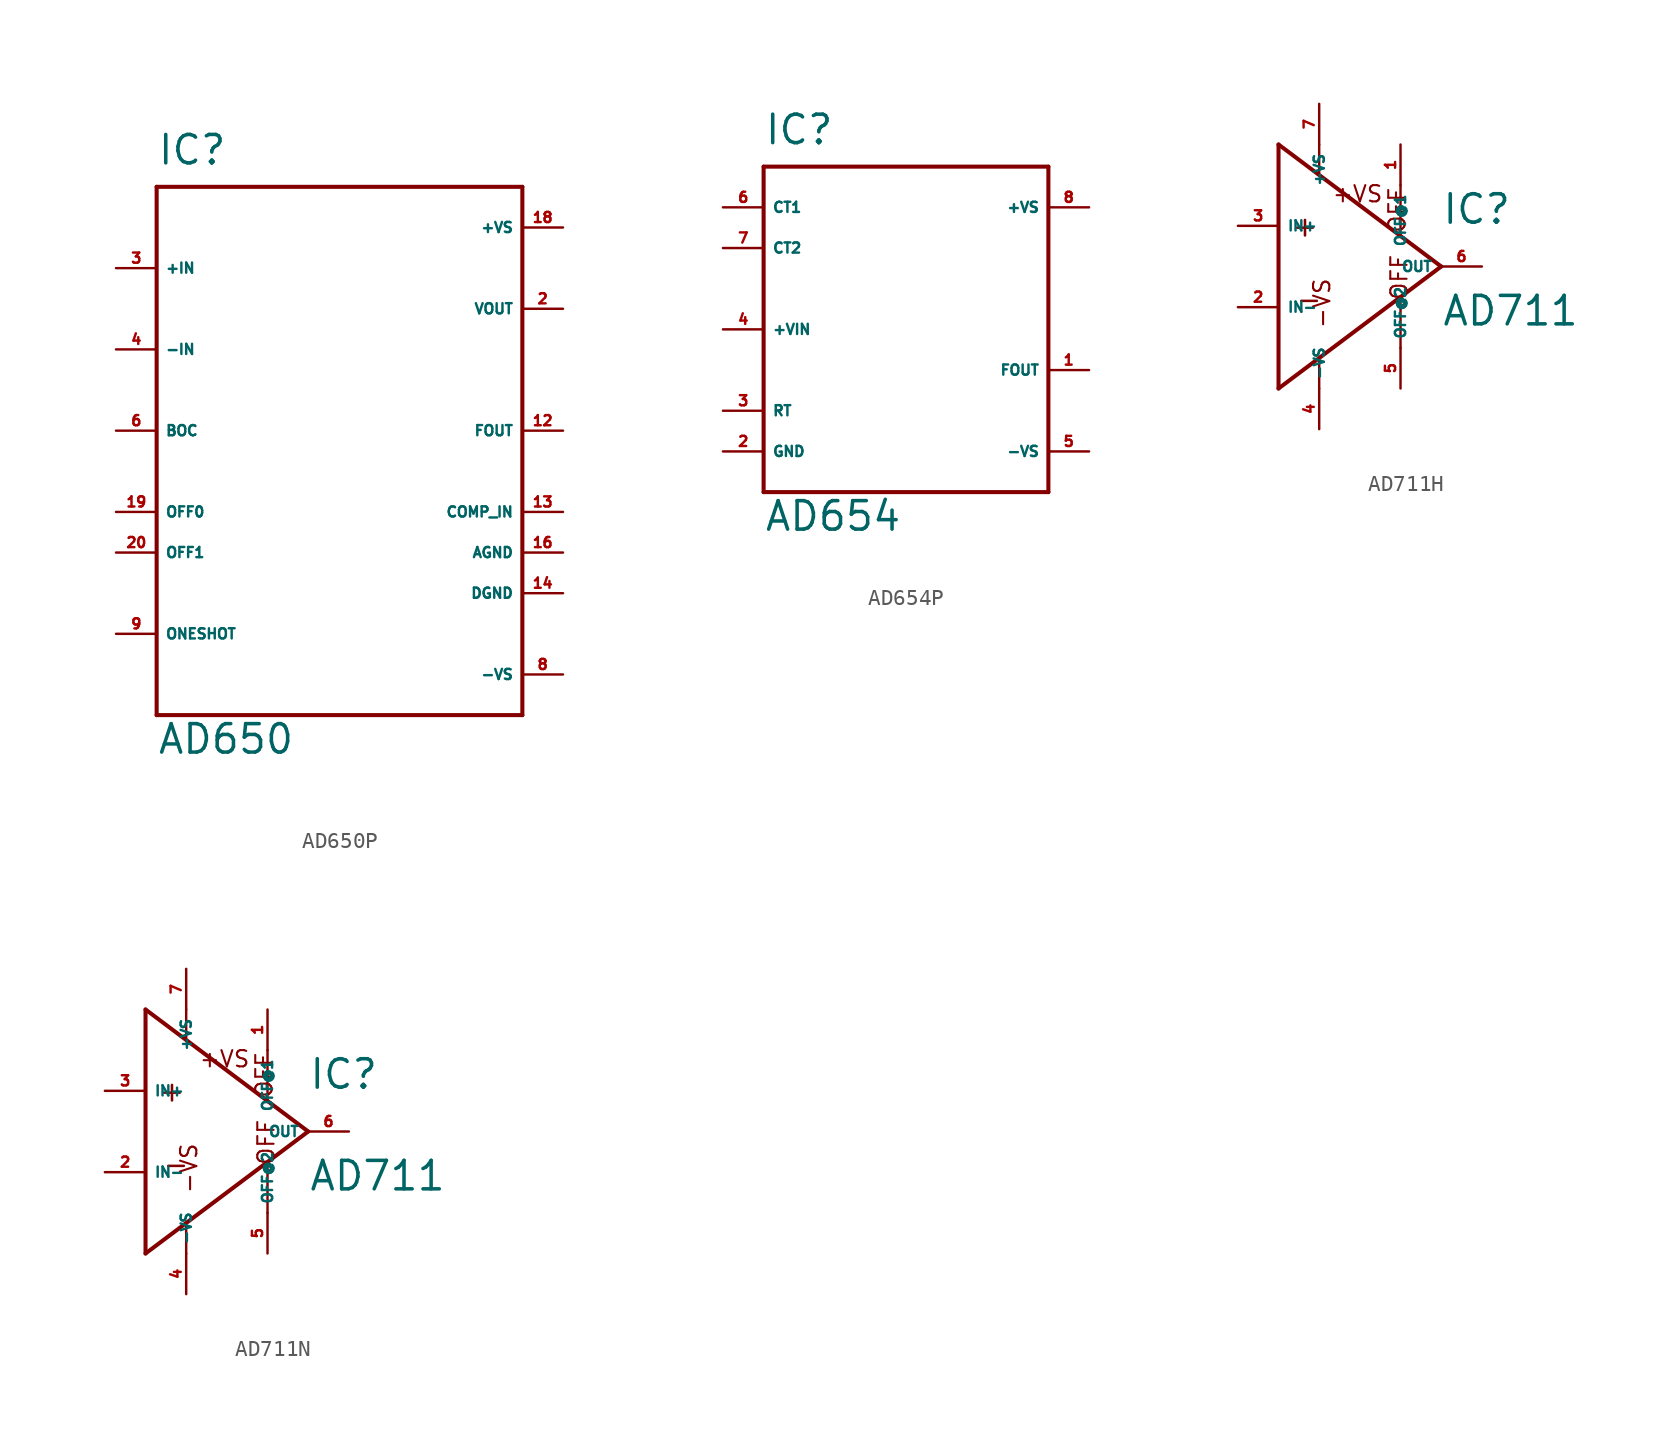
<source format=kicad_sym>
(kicad_symbol_lib
  (version 20220914)
  (generator Eagle2Kicad)
  (symbol "AD650P"
    (property "Reference" "IC"
      (at -10.16 16.51 0)
      (effects (font (size 1.778 1.778) (thickness 0.22)) (justify left bottom)))
    (property "Value" "AD650"
      (at -10.16 -20.32 0)
      (effects (font (size 1.778 1.778) (thickness 0.22)) (justify left bottom)))
    (polyline
      (pts (xy -10.16 15.24) (xy 12.7 15.24))
      (stroke (width 0.254) (type default))
      (fill (type none)))
    (polyline
      (pts (xy 12.7 15.24) (xy 12.7 -17.78))
      (stroke (width 0.254) (type default))
      (fill (type none)))
    (polyline
      (pts (xy 12.7 -17.78) (xy -10.16 -17.78))
      (stroke (width 0.254) (type default))
      (fill (type none)))
    (polyline
      (pts (xy -10.16 -17.78) (xy -10.16 15.24))
      (stroke (width 0.254) (type default))
      (fill (type none)))
    (pin output line
      (at 15.24 7.62 180)
      (length 2.54)
      (name "VOUT" (effects (font (size 0.635 0.635) (thickness 0.08)) (justify left bottom)))
      (number "2" (effects (font (size 0.635 0.635) (thickness 0.08)) (justify left bottom))))
    (pin input line
      (at -12.7 10.16 0)
      (length 2.54)
      (name "+IN" (effects (font (size 0.635 0.635) (thickness 0.08)) (justify left bottom)))
      (number "3" (effects (font (size 0.635 0.635) (thickness 0.08)) (justify left bottom))))
    (pin input line
      (at -12.7 5.08 0)
      (length 2.54)
      (name "-IN" (effects (font (size 0.635 0.635) (thickness 0.08)) (justify left bottom)))
      (number "4" (effects (font (size 0.635 0.635) (thickness 0.08)) (justify left bottom))))
    (pin passive line
      (at -12.7 0 0)
      (length 2.54)
      (name "BOC" (effects (font (size 0.635 0.635) (thickness 0.08)) (justify left bottom)))
      (number "6" (effects (font (size 0.635 0.635) (thickness 0.08)) (justify left bottom))))
    (pin input line
      (at 15.24 -15.24 180)
      (length 2.54)
      (name "-VS" (effects (font (size 0.635 0.635) (thickness 0.08)) (justify left bottom)))
      (number "8" (effects (font (size 0.635 0.635) (thickness 0.08)) (justify left bottom))))
    (pin passive line
      (at -12.7 -12.7 0)
      (length 2.54)
      (name "ONESHOT" (effects (font (size 0.635 0.635) (thickness 0.08)) (justify left bottom)))
      (number "9" (effects (font (size 0.635 0.635) (thickness 0.08)) (justify left bottom))))
    (pin output line
      (at 15.24 0 180)
      (length 2.54)
      (name "FOUT" (effects (font (size 0.635 0.635) (thickness 0.08)) (justify left bottom)))
      (number "12" (effects (font (size 0.635 0.635) (thickness 0.08)) (justify left bottom))))
    (pin input line
      (at 15.24 -5.08 180)
      (length 2.54)
      (name "COMP_IN" (effects (font (size 0.635 0.635) (thickness 0.08)) (justify left bottom)))
      (number "13" (effects (font (size 0.635 0.635) (thickness 0.08)) (justify left bottom))))
    (pin input line
      (at 15.24 -10.16 180)
      (length 2.54)
      (name "DGND" (effects (font (size 0.635 0.635) (thickness 0.08)) (justify left bottom)))
      (number "14" (effects (font (size 0.635 0.635) (thickness 0.08)) (justify left bottom))))
    (pin input line
      (at 15.24 -7.62 180)
      (length 2.54)
      (name "AGND" (effects (font (size 0.635 0.635) (thickness 0.08)) (justify left bottom)))
      (number "16" (effects (font (size 0.635 0.635) (thickness 0.08)) (justify left bottom))))
    (pin input line
      (at 15.24 12.7 180)
      (length 2.54)
      (name "+VS" (effects (font (size 0.635 0.635) (thickness 0.08)) (justify left bottom)))
      (number "18" (effects (font (size 0.635 0.635) (thickness 0.08)) (justify left bottom))))
    (pin input line
      (at -12.7 -5.08 0)
      (length 2.54)
      (name "OFF0" (effects (font (size 0.635 0.635) (thickness 0.08)) (justify left bottom)))
      (number "19" (effects (font (size 0.635 0.635) (thickness 0.08)) (justify left bottom))))
    (pin input line
      (at -12.7 -7.62 0)
      (length 2.54)
      (name "OFF1" (effects (font (size 0.635 0.635) (thickness 0.08)) (justify left bottom)))
      (number "20" (effects (font (size 0.635 0.635) (thickness 0.08)) (justify left bottom)))))
  (symbol "AD654P"
    (property "Reference" "IC"
      (at -7.62 11.43 0)
      (effects (font (size 1.778 1.778) (thickness 0.22)) (justify left bottom)))
    (property "Value" "AD654"
      (at -7.62 -12.7 0)
      (effects (font (size 1.778 1.778) (thickness 0.22)) (justify left bottom)))
    (polyline
      (pts (xy -7.62 10.16) (xy 10.16 10.16))
      (stroke (width 0.254) (type default))
      (fill (type none)))
    (polyline
      (pts (xy 10.16 10.16) (xy 10.16 -10.16))
      (stroke (width 0.254) (type default))
      (fill (type none)))
    (polyline
      (pts (xy 10.16 -10.16) (xy -7.62 -10.16))
      (stroke (width 0.254) (type default))
      (fill (type none)))
    (polyline
      (pts (xy -7.62 -10.16) (xy -7.62 10.16))
      (stroke (width 0.254) (type default))
      (fill (type none)))
    (pin unspecified line
      (at 12.7 7.62 180)
      (length 2.54)
      (name "+VS" (effects (font (size 0.635 0.635) (thickness 0.08)) (justify left bottom)))
      (number "8" (effects (font (size 0.635 0.635) (thickness 0.08)) (justify left bottom))))
    (pin unspecified line
      (at 12.7 -7.62 180)
      (length 2.54)
      (name "-VS" (effects (font (size 0.635 0.635) (thickness 0.08)) (justify left bottom)))
      (number "5" (effects (font (size 0.635 0.635) (thickness 0.08)) (justify left bottom))))
    (pin passive line
      (at -10.16 7.62 0)
      (length 2.54)
      (name "CT1" (effects (font (size 0.635 0.635) (thickness 0.08)) (justify left bottom)))
      (number "6" (effects (font (size 0.635 0.635) (thickness 0.08)) (justify left bottom))))
    (pin passive line
      (at -10.16 5.08 0)
      (length 2.54)
      (name "CT2" (effects (font (size 0.635 0.635) (thickness 0.08)) (justify left bottom)))
      (number "7" (effects (font (size 0.635 0.635) (thickness 0.08)) (justify left bottom))))
    (pin passive line
      (at -10.16 -5.08 0)
      (length 2.54)
      (name "RT" (effects (font (size 0.635 0.635) (thickness 0.08)) (justify left bottom)))
      (number "3" (effects (font (size 0.635 0.635) (thickness 0.08)) (justify left bottom))))
    (pin input line
      (at -10.16 0 0)
      (length 2.54)
      (name "+VIN" (effects (font (size 0.635 0.635) (thickness 0.08)) (justify left bottom)))
      (number "4" (effects (font (size 0.635 0.635) (thickness 0.08)) (justify left bottom))))
    (pin open_collector line
      (at 12.7 -2.54 180)
      (length 2.54)
      (name "FOUT" (effects (font (size 0.635 0.635) (thickness 0.08)) (justify left bottom)))
      (number "1" (effects (font (size 0.635 0.635) (thickness 0.08)) (justify left bottom))))
    (pin unspecified line
      (at -10.16 -7.62 0)
      (length 2.54)
      (name "GND" (effects (font (size 0.635 0.635) (thickness 0.08)) (justify left bottom)))
      (number "2" (effects (font (size 0.635 0.635) (thickness 0.08)) (justify left bottom)))))
  (symbol "AD711H"
    (property "Reference" "IC"
      (at 7.62 2.54 0)
      (effects (font (size 1.778 1.778) (thickness 0.22)) (justify left bottom)))
    (property "Value" "AD711"
      (at 7.62 -3.81 0)
      (effects (font (size 1.778 1.778) (thickness 0.22)) (justify left bottom)))
    (polyline
      (pts (xy -2.54 7.62) (xy -2.54 -7.62))
      (stroke (width 0.254) (type default))
      (fill (type none)))
    (polyline
      (pts (xy -2.54 -7.62) (xy 7.62 0))
      (stroke (width 0.254) (type default))
      (fill (type none)))
    (polyline
      (pts (xy 7.62 0) (xy -2.54 7.62))
      (stroke (width 0.254) (type default))
      (fill (type none)))
    (polyline
      (pts (xy 5.08 5.08) (xy 5.08 2.032))
      (stroke (width 0.152) (type default))
      (fill (type none)))
    (polyline
      (pts (xy 5.08 -5.08) (xy 5.08 -2.032))
      (stroke (width 0.152) (type default))
      (fill (type none)))
    (polyline
      (pts (xy 0 5.842) (xy 0 7.62))
      (stroke (width 0.152) (type default))
      (fill (type none)))
    (polyline
      (pts (xy 0 -7.62) (xy 0 -5.842))
      (stroke (width 0.152) (type default))
      (fill (type none)))
    (text "+"
      (at -1.778 1.778 0)
      (effects (font (size 1.27 1.27) (thickness 0.16)) (justify left bottom)))
    (text "-"
      (at -1.524 -2.794 0)
      (effects (font (size 1.27 1.27) (thickness 0.16)) (justify left bottom)))
    (text "+VS"
      (at 0.762 3.937 0)
      (effects (font (size 1.016 1.016) (thickness 0.13)) (justify left bottom mirror)))
    (text "-VS"
      (at 0.762 -3.937 1800)
      (effects (font (size 1.016 1.016) (thickness 0.13)) (justify left bottom)))
    (text "OFF"
      (at 5.588 -2.159 2700)
      (effects (font (size 1.016 1.016) (thickness 0.13)) (justify left bottom)))
    (text "OFF"
      (at 5.461 2.032 900)
      (effects (font (size 1.016 1.016) (thickness 0.13)) (justify left bottom mirror)))
    (pin input line
      (at -5.08 2.54 0)
      (length 2.54)
      (name "IN+" (effects (font (size 0.635 0.635) (thickness 0.08)) (justify left bottom)))
      (number "3" (effects (font (size 0.635 0.635) (thickness 0.08)) (justify left bottom))))
    (pin input line
      (at -5.08 -2.54 0)
      (length 2.54)
      (name "IN-" (effects (font (size 0.635 0.635) (thickness 0.08)) (justify left bottom)))
      (number "2" (effects (font (size 0.635 0.635) (thickness 0.08)) (justify left bottom))))
    (pin output line
      (at 10.16 0 180)
      (length 2.54)
      (name "OUT" (effects (font (size 0.635 0.635) (thickness 0.08)) (justify left bottom)))
      (number "6" (effects (font (size 0.635 0.635) (thickness 0.08)) (justify left bottom))))
    (pin input line
      (at 0 -10.16 90)
      (length 2.54)
      (name "-VS" (effects (font (size 0.635 0.635) (thickness 0.08)) (justify left bottom)))
      (number "4" (effects (font (size 0.635 0.635) (thickness 0.08)) (justify left bottom))))
    (pin input line
      (at 0 10.16 270)
      (length 2.54)
      (name "+VS" (effects (font (size 0.635 0.635) (thickness 0.08)) (justify left bottom)))
      (number "7" (effects (font (size 0.635 0.635) (thickness 0.08)) (justify left bottom))))
    (pin passive line
      (at 5.08 7.62 270)
      (length 2.54)
      (name "OFF@1" (effects (font (size 0.635 0.635) (thickness 0.08)) (justify left bottom)))
      (number "1" (effects (font (size 0.635 0.635) (thickness 0.08)) (justify left bottom))))
    (pin passive line
      (at 5.08 -7.62 90)
      (length 2.54)
      (name "OFF@2" (effects (font (size 0.635 0.635) (thickness 0.08)) (justify left bottom)))
      (number "5" (effects (font (size 0.635 0.635) (thickness 0.08)) (justify left bottom)))))
  (symbol "AD711N"
    (property "Reference" "IC"
      (at 7.62 2.54 0)
      (effects (font (size 1.778 1.778) (thickness 0.22)) (justify left bottom)))
    (property "Value" "AD711"
      (at 7.62 -3.81 0)
      (effects (font (size 1.778 1.778) (thickness 0.22)) (justify left bottom)))
    (polyline
      (pts (xy -2.54 7.62) (xy -2.54 -7.62))
      (stroke (width 0.254) (type default))
      (fill (type none)))
    (polyline
      (pts (xy -2.54 -7.62) (xy 7.62 0))
      (stroke (width 0.254) (type default))
      (fill (type none)))
    (polyline
      (pts (xy 7.62 0) (xy -2.54 7.62))
      (stroke (width 0.254) (type default))
      (fill (type none)))
    (polyline
      (pts (xy 5.08 5.08) (xy 5.08 2.032))
      (stroke (width 0.152) (type default))
      (fill (type none)))
    (polyline
      (pts (xy 5.08 -5.08) (xy 5.08 -2.032))
      (stroke (width 0.152) (type default))
      (fill (type none)))
    (polyline
      (pts (xy 0 5.842) (xy 0 7.62))
      (stroke (width 0.152) (type default))
      (fill (type none)))
    (polyline
      (pts (xy 0 -7.62) (xy 0 -5.842))
      (stroke (width 0.152) (type default))
      (fill (type none)))
    (text "+"
      (at -1.778 1.778 0)
      (effects (font (size 1.27 1.27) (thickness 0.16)) (justify left bottom)))
    (text "-"
      (at -1.524 -2.794 0)
      (effects (font (size 1.27 1.27) (thickness 0.16)) (justify left bottom)))
    (text "+VS"
      (at 0.762 3.937 0)
      (effects (font (size 1.016 1.016) (thickness 0.13)) (justify left bottom mirror)))
    (text "-VS"
      (at 0.762 -3.937 1800)
      (effects (font (size 1.016 1.016) (thickness 0.13)) (justify left bottom)))
    (text "OFF"
      (at 5.588 -2.159 2700)
      (effects (font (size 1.016 1.016) (thickness 0.13)) (justify left bottom)))
    (text "OFF"
      (at 5.461 2.032 900)
      (effects (font (size 1.016 1.016) (thickness 0.13)) (justify left bottom mirror)))
    (pin input line
      (at -5.08 2.54 0)
      (length 2.54)
      (name "IN+" (effects (font (size 0.635 0.635) (thickness 0.08)) (justify left bottom)))
      (number "3" (effects (font (size 0.635 0.635) (thickness 0.08)) (justify left bottom))))
    (pin input line
      (at -5.08 -2.54 0)
      (length 2.54)
      (name "IN-" (effects (font (size 0.635 0.635) (thickness 0.08)) (justify left bottom)))
      (number "2" (effects (font (size 0.635 0.635) (thickness 0.08)) (justify left bottom))))
    (pin output line
      (at 10.16 0 180)
      (length 2.54)
      (name "OUT" (effects (font (size 0.635 0.635) (thickness 0.08)) (justify left bottom)))
      (number "6" (effects (font (size 0.635 0.635) (thickness 0.08)) (justify left bottom))))
    (pin input line
      (at 0 -10.16 90)
      (length 2.54)
      (name "-VS" (effects (font (size 0.635 0.635) (thickness 0.08)) (justify left bottom)))
      (number "4" (effects (font (size 0.635 0.635) (thickness 0.08)) (justify left bottom))))
    (pin input line
      (at 0 10.16 270)
      (length 2.54)
      (name "+VS" (effects (font (size 0.635 0.635) (thickness 0.08)) (justify left bottom)))
      (number "7" (effects (font (size 0.635 0.635) (thickness 0.08)) (justify left bottom))))
    (pin passive line
      (at 5.08 7.62 270)
      (length 2.54)
      (name "OFF@1" (effects (font (size 0.635 0.635) (thickness 0.08)) (justify left bottom)))
      (number "1" (effects (font (size 0.635 0.635) (thickness 0.08)) (justify left bottom))))
    (pin passive line
      (at 5.08 -7.62 90)
      (length 2.54)
      (name "OFF@2" (effects (font (size 0.635 0.635) (thickness 0.08)) (justify left bottom)))
      (number "5" (effects (font (size 0.635 0.635) (thickness 0.08)) (justify left bottom))))))
</source>
